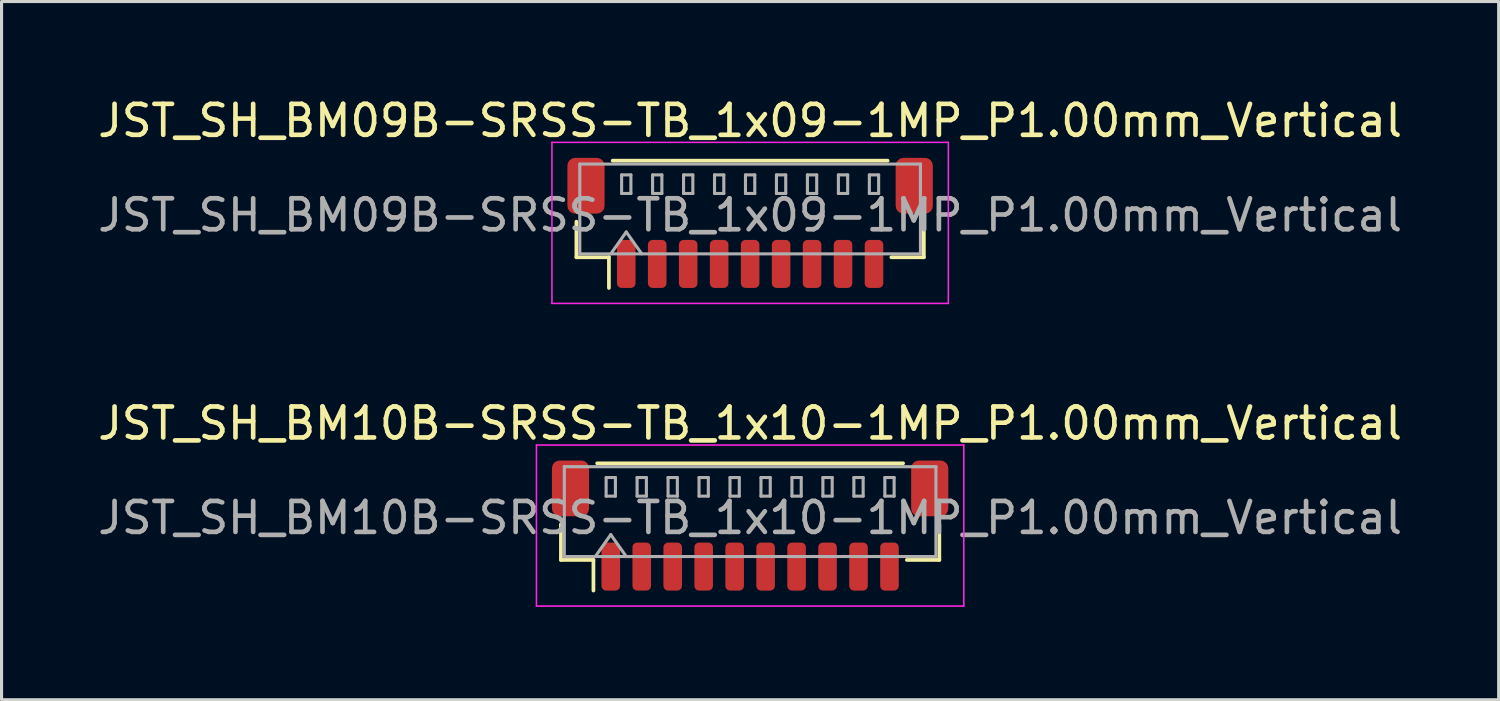
<source format=kicad_pcb>
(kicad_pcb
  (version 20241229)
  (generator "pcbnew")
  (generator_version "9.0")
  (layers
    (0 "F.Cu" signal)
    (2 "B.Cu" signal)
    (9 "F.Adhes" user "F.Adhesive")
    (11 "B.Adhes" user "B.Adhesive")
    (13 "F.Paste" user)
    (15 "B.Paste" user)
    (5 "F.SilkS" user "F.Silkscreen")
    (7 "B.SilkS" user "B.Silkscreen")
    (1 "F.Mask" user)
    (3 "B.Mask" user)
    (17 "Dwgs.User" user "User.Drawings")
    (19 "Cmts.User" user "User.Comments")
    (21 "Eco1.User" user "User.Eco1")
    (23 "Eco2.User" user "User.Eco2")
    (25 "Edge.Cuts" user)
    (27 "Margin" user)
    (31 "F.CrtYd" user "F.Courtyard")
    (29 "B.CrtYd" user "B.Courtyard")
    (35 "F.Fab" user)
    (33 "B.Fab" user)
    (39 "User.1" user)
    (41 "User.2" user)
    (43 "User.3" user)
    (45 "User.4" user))
  (footprint "JST_SH_BM09B-SRSS-TB_1x09-1MP_P1.00mm_Vertical"
    (layer "F.Cu")
    (at 21.173 4.148)
    (property "Reference" "JST_SH_BM09B-SRSS-TB_1x09-1MP_P1.00mm_Vertical" (at 0 -3.3 0) (layer "F.SilkS") (effects (font (size 1 1) (thickness 0.15))))
    (attr smd)
    (fp_line (start -5.61 -0.04) (end -5.61 1.11) (stroke (width 0.12) (type solid)) (layer "F.SilkS"))
    (fp_line (start -5.61 1.11) (end -4.56 1.11) (stroke (width 0.12) (type solid)) (layer "F.SilkS"))
    (fp_line (start -4.56 1.11) (end -4.56 2.1) (stroke (width 0.12) (type solid)) (layer "F.SilkS"))
    (fp_line (start -4.44 -2.01) (end 4.44 -2.01) (stroke (width 0.12) (type solid)) (layer "F.SilkS"))
    (fp_line (start 5.61 -0.04) (end 5.61 1.11) (stroke (width 0.12) (type solid)) (layer "F.SilkS"))
    (fp_line (start 5.61 1.11) (end 4.56 1.11) (stroke (width 0.12) (type solid)) (layer "F.SilkS"))
    (fp_line (start -6.4 -2.6) (end -6.4 2.6) (stroke (width 0.05) (type solid)) (layer "F.CrtYd"))
    (fp_line (start -6.4 2.6) (end 6.4 2.6) (stroke (width 0.05) (type solid)) (layer "F.CrtYd"))
    (fp_line (start 6.4 -2.6) (end -6.4 -2.6) (stroke (width 0.05) (type solid)) (layer "F.CrtYd"))
    (fp_line (start 6.4 2.6) (end 6.4 -2.6) (stroke (width 0.05) (type solid)) (layer "F.CrtYd"))
    (fp_line (start -5.5 -1.9) (end 5.5 -1.9) (stroke (width 0.1) (type solid)) (layer "F.Fab"))
    (fp_line (start -5.5 1) (end -5.5 -1.9) (stroke (width 0.1) (type solid)) (layer "F.Fab"))
    (fp_line (start -5.5 1) (end 5.5 1) (stroke (width 0.1) (type solid)) (layer "F.Fab"))
    (fp_line (start -4.5 1) (end -4 0.293) (stroke (width 0.1) (type solid)) (layer "F.Fab"))
    (fp_line (start -4.15 -1.55) (end -4.15 -0.95) (stroke (width 0.1) (type solid)) (layer "F.Fab"))
    (fp_line (start -4.15 -0.95) (end -3.85 -0.95) (stroke (width 0.1) (type solid)) (layer "F.Fab"))
    (fp_line (start -4 0.293) (end -3.5 1) (stroke (width 0.1) (type solid)) (layer "F.Fab"))
    (fp_line (start -3.85 -1.55) (end -4.15 -1.55) (stroke (width 0.1) (type solid)) (layer "F.Fab"))
    (fp_line (start -3.85 -0.95) (end -3.85 -1.55) (stroke (width 0.1) (type solid)) (layer "F.Fab"))
    (fp_line (start -3.15 -1.55) (end -3.15 -0.95) (stroke (width 0.1) (type solid)) (layer "F.Fab"))
    (fp_line (start -3.15 -0.95) (end -2.85 -0.95) (stroke (width 0.1) (type solid)) (layer "F.Fab"))
    (fp_line (start -2.85 -1.55) (end -3.15 -1.55) (stroke (width 0.1) (type solid)) (layer "F.Fab"))
    (fp_line (start -2.85 -0.95) (end -2.85 -1.55) (stroke (width 0.1) (type solid)) (layer "F.Fab"))
    (fp_line (start -2.15 -1.55) (end -2.15 -0.95) (stroke (width 0.1) (type solid)) (layer "F.Fab"))
    (fp_line (start -2.15 -0.95) (end -1.85 -0.95) (stroke (width 0.1) (type solid)) (layer "F.Fab"))
    (fp_line (start -1.85 -1.55) (end -2.15 -1.55) (stroke (width 0.1) (type solid)) (layer "F.Fab"))
    (fp_line (start -1.85 -0.95) (end -1.85 -1.55) (stroke (width 0.1) (type solid)) (layer "F.Fab"))
    (fp_line (start -1.15 -1.55) (end -1.15 -0.95) (stroke (width 0.1) (type solid)) (layer "F.Fab"))
    (fp_line (start -1.15 -0.95) (end -0.85 -0.95) (stroke (width 0.1) (type solid)) (layer "F.Fab"))
    (fp_line (start -0.85 -1.55) (end -1.15 -1.55) (stroke (width 0.1) (type solid)) (layer "F.Fab"))
    (fp_line (start -0.85 -0.95) (end -0.85 -1.55) (stroke (width 0.1) (type solid)) (layer "F.Fab"))
    (fp_line (start -0.15 -1.55) (end -0.15 -0.95) (stroke (width 0.1) (type solid)) (layer "F.Fab"))
    (fp_line (start -0.15 -0.95) (end 0.15 -0.95) (stroke (width 0.1) (type solid)) (layer "F.Fab"))
    (fp_line (start 0.15 -1.55) (end -0.15 -1.55) (stroke (width 0.1) (type solid)) (layer "F.Fab"))
    (fp_line (start 0.15 -0.95) (end 0.15 -1.55) (stroke (width 0.1) (type solid)) (layer "F.Fab"))
    (fp_line (start 0.85 -1.55) (end 0.85 -0.95) (stroke (width 0.1) (type solid)) (layer "F.Fab"))
    (fp_line (start 0.85 -0.95) (end 1.15 -0.95) (stroke (width 0.1) (type solid)) (layer "F.Fab"))
    (fp_line (start 1.15 -1.55) (end 0.85 -1.55) (stroke (width 0.1) (type solid)) (layer "F.Fab"))
    (fp_line (start 1.15 -0.95) (end 1.15 -1.55) (stroke (width 0.1) (type solid)) (layer "F.Fab"))
    (fp_line (start 1.85 -1.55) (end 1.85 -0.95) (stroke (width 0.1) (type solid)) (layer "F.Fab"))
    (fp_line (start 1.85 -0.95) (end 2.15 -0.95) (stroke (width 0.1) (type solid)) (layer "F.Fab"))
    (fp_line (start 2.15 -1.55) (end 1.85 -1.55) (stroke (width 0.1) (type solid)) (layer "F.Fab"))
    (fp_line (start 2.15 -0.95) (end 2.15 -1.55) (stroke (width 0.1) (type solid)) (layer "F.Fab"))
    (fp_line (start 2.85 -1.55) (end 2.85 -0.95) (stroke (width 0.1) (type solid)) (layer "F.Fab"))
    (fp_line (start 2.85 -0.95) (end 3.15 -0.95) (stroke (width 0.1) (type solid)) (layer "F.Fab"))
    (fp_line (start 3.15 -1.55) (end 2.85 -1.55) (stroke (width 0.1) (type solid)) (layer "F.Fab"))
    (fp_line (start 3.15 -0.95) (end 3.15 -1.55) (stroke (width 0.1) (type solid)) (layer "F.Fab"))
    (fp_line (start 3.85 -1.55) (end 3.85 -0.95) (stroke (width 0.1) (type solid)) (layer "F.Fab"))
    (fp_line (start 3.85 -0.95) (end 4.15 -0.95) (stroke (width 0.1) (type solid)) (layer "F.Fab"))
    (fp_line (start 4.15 -1.55) (end 3.85 -1.55) (stroke (width 0.1) (type solid)) (layer "F.Fab"))
    (fp_line (start 4.15 -0.95) (end 4.15 -1.55) (stroke (width 0.1) (type solid)) (layer "F.Fab"))
    (fp_line (start 5.5 1) (end 5.5 -1.9) (stroke (width 0.1) (type solid)) (layer "F.Fab"))
    (fp_text user "${REFERENCE}" (at 0 -0.25 0) (layer "F.Fab") (effects (font (size 1 1) (thickness 0.15))))
    (pad "1" smd roundrect (at -4 1.325) (size 0.6 1.55) (layers "F.Cu" "F.Mask" "F.Paste") (roundrect_rratio 0.25))
    (pad "2" smd roundrect (at -3 1.325) (size 0.6 1.55) (layers "F.Cu" "F.Mask" "F.Paste") (roundrect_rratio 0.25))
    (pad "3" smd roundrect (at -2 1.325) (size 0.6 1.55) (layers "F.Cu" "F.Mask" "F.Paste") (roundrect_rratio 0.25))
    (pad "4" smd roundrect (at -1 1.325) (size 0.6 1.55) (layers "F.Cu" "F.Mask" "F.Paste") (roundrect_rratio 0.25))
    (pad "5" smd roundrect (at 0 1.325) (size 0.6 1.55) (layers "F.Cu" "F.Mask" "F.Paste") (roundrect_rratio 0.25))
    (pad "6" smd roundrect (at 1 1.325) (size 0.6 1.55) (layers "F.Cu" "F.Mask" "F.Paste") (roundrect_rratio 0.25))
    (pad "7" smd roundrect (at 2 1.325) (size 0.6 1.55) (layers "F.Cu" "F.Mask" "F.Paste") (roundrect_rratio 0.25))
    (pad "8" smd roundrect (at 3 1.325) (size 0.6 1.55) (layers "F.Cu" "F.Mask" "F.Paste") (roundrect_rratio 0.25))
    (pad "9" smd roundrect (at 4 1.325) (size 0.6 1.55) (layers "F.Cu" "F.Mask" "F.Paste") (roundrect_rratio 0.25))
    (pad "MP" smd roundrect (at -5.3 -1.2) (size 1.2 1.8) (layers "F.Cu" "F.Mask" "F.Paste") (roundrect_rratio 0.208))
    (pad "MP" smd roundrect (at 5.3 -1.2) (size 1.2 1.8) (layers "F.Cu" "F.Mask" "F.Paste") (roundrect_rratio 0.208)))
  (footprint "JST_SH_BM10B-SRSS-TB_1x10-1MP_P1.00mm_Vertical"
    (layer "F.Cu")
    (at 21.173 13.921)
    (property "Reference" "JST_SH_BM10B-SRSS-TB_1x10-1MP_P1.00mm_Vertical" (at 0 -3.3 0) (layer "F.SilkS") (effects (font (size 1 1) (thickness 0.15))))
    (attr smd)
    (fp_line (start -6.11 -0.04) (end -6.11 1.11) (stroke (width 0.12) (type solid)) (layer "F.SilkS"))
    (fp_line (start -6.11 1.11) (end -5.06 1.11) (stroke (width 0.12) (type solid)) (layer "F.SilkS"))
    (fp_line (start -5.06 1.11) (end -5.06 2.1) (stroke (width 0.12) (type solid)) (layer "F.SilkS"))
    (fp_line (start -4.94 -2.01) (end 4.94 -2.01) (stroke (width 0.12) (type solid)) (layer "F.SilkS"))
    (fp_line (start 6.11 -0.04) (end 6.11 1.11) (stroke (width 0.12) (type solid)) (layer "F.SilkS"))
    (fp_line (start 6.11 1.11) (end 5.06 1.11) (stroke (width 0.12) (type solid)) (layer "F.SilkS"))
    (fp_line (start -6.9 -2.6) (end -6.9 2.6) (stroke (width 0.05) (type solid)) (layer "F.CrtYd"))
    (fp_line (start -6.9 2.6) (end 6.9 2.6) (stroke (width 0.05) (type solid)) (layer "F.CrtYd"))
    (fp_line (start 6.9 -2.6) (end -6.9 -2.6) (stroke (width 0.05) (type solid)) (layer "F.CrtYd"))
    (fp_line (start 6.9 2.6) (end 6.9 -2.6) (stroke (width 0.05) (type solid)) (layer "F.CrtYd"))
    (fp_line (start -6 -1.9) (end 6 -1.9) (stroke (width 0.1) (type solid)) (layer "F.Fab"))
    (fp_line (start -6 1) (end -6 -1.9) (stroke (width 0.1) (type solid)) (layer "F.Fab"))
    (fp_line (start -6 1) (end 6 1) (stroke (width 0.1) (type solid)) (layer "F.Fab"))
    (fp_line (start -5 1) (end -4.5 0.293) (stroke (width 0.1) (type solid)) (layer "F.Fab"))
    (fp_line (start -4.65 -1.55) (end -4.65 -0.95) (stroke (width 0.1) (type solid)) (layer "F.Fab"))
    (fp_line (start -4.65 -0.95) (end -4.35 -0.95) (stroke (width 0.1) (type solid)) (layer "F.Fab"))
    (fp_line (start -4.5 0.293) (end -4 1) (stroke (width 0.1) (type solid)) (layer "F.Fab"))
    (fp_line (start -4.35 -1.55) (end -4.65 -1.55) (stroke (width 0.1) (type solid)) (layer "F.Fab"))
    (fp_line (start -4.35 -0.95) (end -4.35 -1.55) (stroke (width 0.1) (type solid)) (layer "F.Fab"))
    (fp_line (start -3.65 -1.55) (end -3.65 -0.95) (stroke (width 0.1) (type solid)) (layer "F.Fab"))
    (fp_line (start -3.65 -0.95) (end -3.35 -0.95) (stroke (width 0.1) (type solid)) (layer "F.Fab"))
    (fp_line (start -3.35 -1.55) (end -3.65 -1.55) (stroke (width 0.1) (type solid)) (layer "F.Fab"))
    (fp_line (start -3.35 -0.95) (end -3.35 -1.55) (stroke (width 0.1) (type solid)) (layer "F.Fab"))
    (fp_line (start -2.65 -1.55) (end -2.65 -0.95) (stroke (width 0.1) (type solid)) (layer "F.Fab"))
    (fp_line (start -2.65 -0.95) (end -2.35 -0.95) (stroke (width 0.1) (type solid)) (layer "F.Fab"))
    (fp_line (start -2.35 -1.55) (end -2.65 -1.55) (stroke (width 0.1) (type solid)) (layer "F.Fab"))
    (fp_line (start -2.35 -0.95) (end -2.35 -1.55) (stroke (width 0.1) (type solid)) (layer "F.Fab"))
    (fp_line (start -1.65 -1.55) (end -1.65 -0.95) (stroke (width 0.1) (type solid)) (layer "F.Fab"))
    (fp_line (start -1.65 -0.95) (end -1.35 -0.95) (stroke (width 0.1) (type solid)) (layer "F.Fab"))
    (fp_line (start -1.35 -1.55) (end -1.65 -1.55) (stroke (width 0.1) (type solid)) (layer "F.Fab"))
    (fp_line (start -1.35 -0.95) (end -1.35 -1.55) (stroke (width 0.1) (type solid)) (layer "F.Fab"))
    (fp_line (start -0.65 -1.55) (end -0.65 -0.95) (stroke (width 0.1) (type solid)) (layer "F.Fab"))
    (fp_line (start -0.65 -0.95) (end -0.35 -0.95) (stroke (width 0.1) (type solid)) (layer "F.Fab"))
    (fp_line (start -0.35 -1.55) (end -0.65 -1.55) (stroke (width 0.1) (type solid)) (layer "F.Fab"))
    (fp_line (start -0.35 -0.95) (end -0.35 -1.55) (stroke (width 0.1) (type solid)) (layer "F.Fab"))
    (fp_line (start 0.35 -1.55) (end 0.35 -0.95) (stroke (width 0.1) (type solid)) (layer "F.Fab"))
    (fp_line (start 0.35 -0.95) (end 0.65 -0.95) (stroke (width 0.1) (type solid)) (layer "F.Fab"))
    (fp_line (start 0.65 -1.55) (end 0.35 -1.55) (stroke (width 0.1) (type solid)) (layer "F.Fab"))
    (fp_line (start 0.65 -0.95) (end 0.65 -1.55) (stroke (width 0.1) (type solid)) (layer "F.Fab"))
    (fp_line (start 1.35 -1.55) (end 1.35 -0.95) (stroke (width 0.1) (type solid)) (layer "F.Fab"))
    (fp_line (start 1.35 -0.95) (end 1.65 -0.95) (stroke (width 0.1) (type solid)) (layer "F.Fab"))
    (fp_line (start 1.65 -1.55) (end 1.35 -1.55) (stroke (width 0.1) (type solid)) (layer "F.Fab"))
    (fp_line (start 1.65 -0.95) (end 1.65 -1.55) (stroke (width 0.1) (type solid)) (layer "F.Fab"))
    (fp_line (start 2.35 -1.55) (end 2.35 -0.95) (stroke (width 0.1) (type solid)) (layer "F.Fab"))
    (fp_line (start 2.35 -0.95) (end 2.65 -0.95) (stroke (width 0.1) (type solid)) (layer "F.Fab"))
    (fp_line (start 2.65 -1.55) (end 2.35 -1.55) (stroke (width 0.1) (type solid)) (layer "F.Fab"))
    (fp_line (start 2.65 -0.95) (end 2.65 -1.55) (stroke (width 0.1) (type solid)) (layer "F.Fab"))
    (fp_line (start 3.35 -1.55) (end 3.35 -0.95) (stroke (width 0.1) (type solid)) (layer "F.Fab"))
    (fp_line (start 3.35 -0.95) (end 3.65 -0.95) (stroke (width 0.1) (type solid)) (layer "F.Fab"))
    (fp_line (start 3.65 -1.55) (end 3.35 -1.55) (stroke (width 0.1) (type solid)) (layer "F.Fab"))
    (fp_line (start 3.65 -0.95) (end 3.65 -1.55) (stroke (width 0.1) (type solid)) (layer "F.Fab"))
    (fp_line (start 4.35 -1.55) (end 4.35 -0.95) (stroke (width 0.1) (type solid)) (layer "F.Fab"))
    (fp_line (start 4.35 -0.95) (end 4.65 -0.95) (stroke (width 0.1) (type solid)) (layer "F.Fab"))
    (fp_line (start 4.65 -1.55) (end 4.35 -1.55) (stroke (width 0.1) (type solid)) (layer "F.Fab"))
    (fp_line (start 4.65 -0.95) (end 4.65 -1.55) (stroke (width 0.1) (type solid)) (layer "F.Fab"))
    (fp_line (start 6 1) (end 6 -1.9) (stroke (width 0.1) (type solid)) (layer "F.Fab"))
    (fp_text user "${REFERENCE}" (at 0 -0.25 0) (layer "F.Fab") (effects (font (size 1 1) (thickness 0.15))))
    (pad "1" smd roundrect (at -4.5 1.325) (size 0.6 1.55) (layers "F.Cu" "F.Mask" "F.Paste") (roundrect_rratio 0.25))
    (pad "2" smd roundrect (at -3.5 1.325) (size 0.6 1.55) (layers "F.Cu" "F.Mask" "F.Paste") (roundrect_rratio 0.25))
    (pad "3" smd roundrect (at -2.5 1.325) (size 0.6 1.55) (layers "F.Cu" "F.Mask" "F.Paste") (roundrect_rratio 0.25))
    (pad "4" smd roundrect (at -1.5 1.325) (size 0.6 1.55) (layers "F.Cu" "F.Mask" "F.Paste") (roundrect_rratio 0.25))
    (pad "5" smd roundrect (at -0.5 1.325) (size 0.6 1.55) (layers "F.Cu" "F.Mask" "F.Paste") (roundrect_rratio 0.25))
    (pad "6" smd roundrect (at 0.5 1.325) (size 0.6 1.55) (layers "F.Cu" "F.Mask" "F.Paste") (roundrect_rratio 0.25))
    (pad "7" smd roundrect (at 1.5 1.325) (size 0.6 1.55) (layers "F.Cu" "F.Mask" "F.Paste") (roundrect_rratio 0.25))
    (pad "8" smd roundrect (at 2.5 1.325) (size 0.6 1.55) (layers "F.Cu" "F.Mask" "F.Paste") (roundrect_rratio 0.25))
    (pad "9" smd roundrect (at 3.5 1.325) (size 0.6 1.55) (layers "F.Cu" "F.Mask" "F.Paste") (roundrect_rratio 0.25))
    (pad "10" smd roundrect (at 4.5 1.325) (size 0.6 1.55) (layers "F.Cu" "F.Mask" "F.Paste") (roundrect_rratio 0.25))
    (pad "MP" smd roundrect (at -5.8 -1.2) (size 1.2 1.8) (layers "F.Cu" "F.Mask" "F.Paste") (roundrect_rratio 0.208))
    (pad "MP" smd roundrect (at 5.8 -1.2) (size 1.2 1.8) (layers "F.Cu" "F.Mask" "F.Paste") (roundrect_rratio 0.208)))
  (gr_rect
    (start -3 -3)
    (end 45.345 19.547)
    (stroke (width 0.1) (type default))
    (fill no)
    (layer "Edge.Cuts")))
</source>
